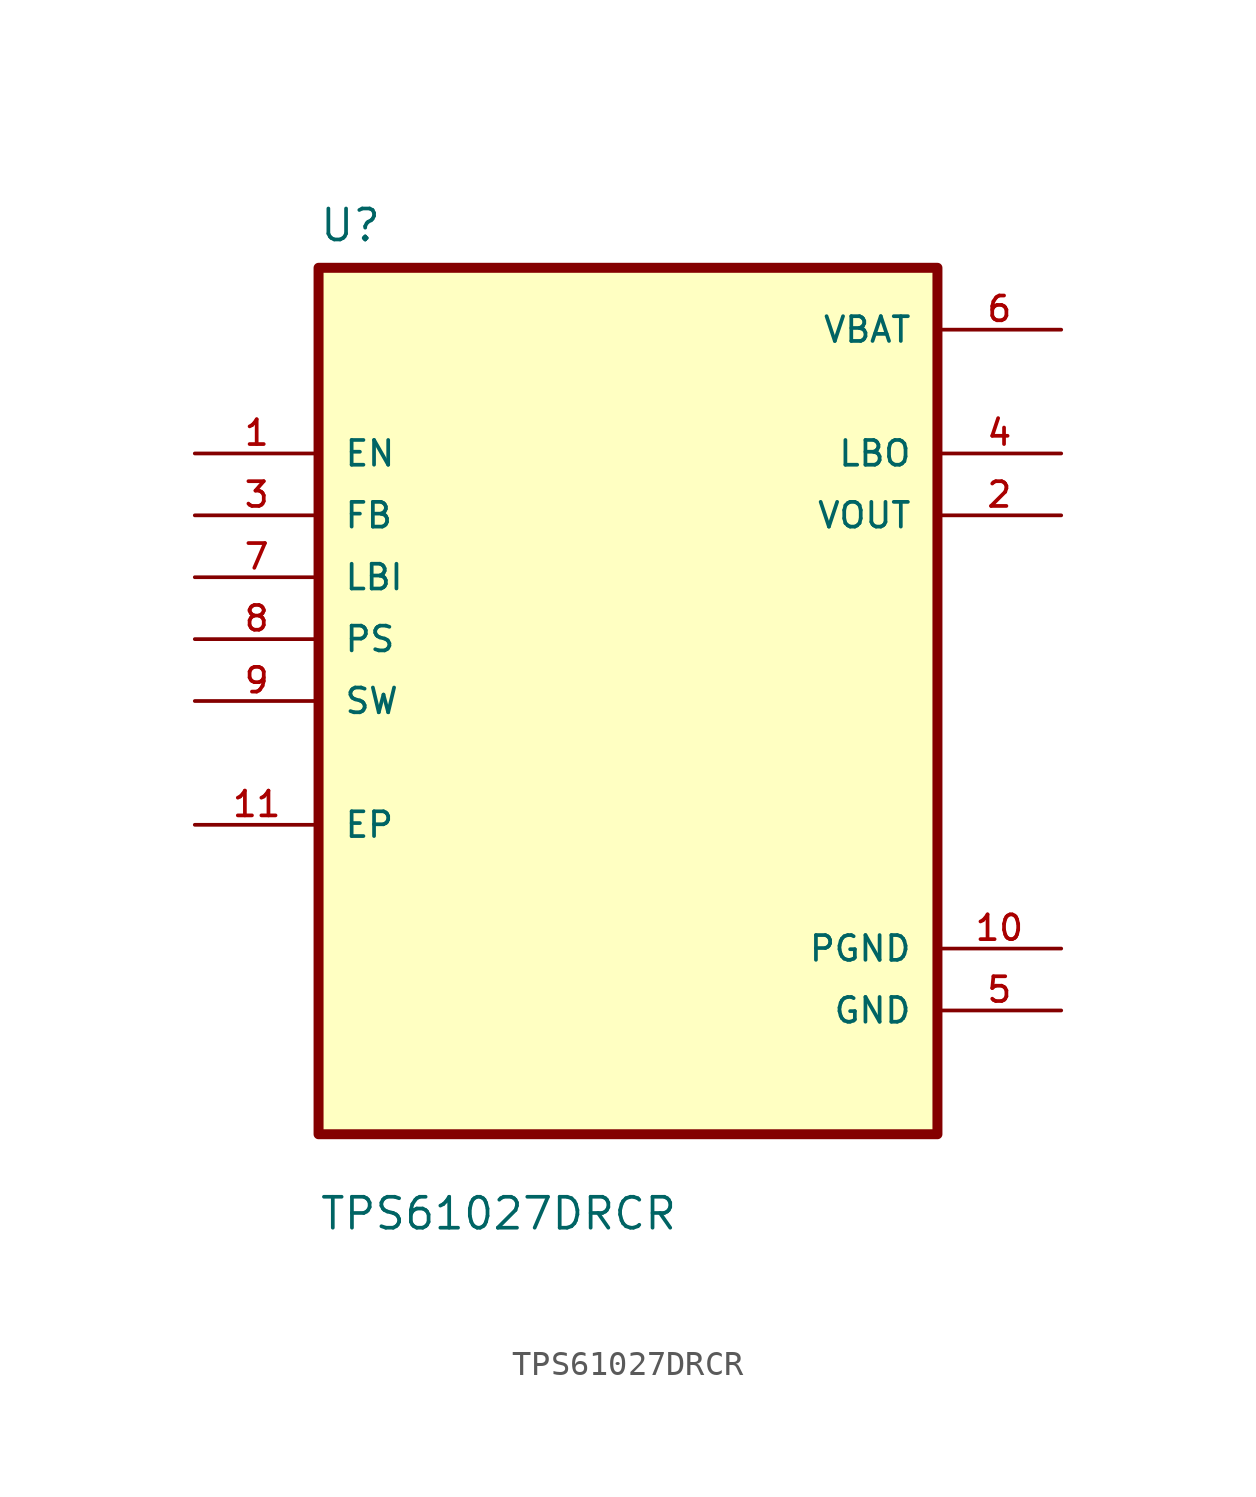
<source format=kicad_sym>
(kicad_symbol_lib
  (version 20211014)
  (generator kicad_symbol_editor)
  (symbol "TPS61027DRCR"
    (pin_names
      (offset 1.016))
    (property "Reference" "U"
      (at -12.7 18.78 0.0)
      (effects (font (size 1.27 1.27)) (justify bottom left)))
    (property "Value" "TPS61027DRCR"
      (at -12.7 -21.78 0.0)
      (effects (font (size 1.27 1.27)) (justify bottom left)))
    (symbol "TPS61027DRCR_0_0"
      (rectangle (start -12.7 -17.78) (end 12.7 17.78) (stroke (width 0.41)) (fill (type background)))
      (pin input line (at -17.78 10.16 0) (length 5.08) (name "EN" (effects (font (size 1.016 1.016)))) (number "1" (effects (font (size 1.016 1.016)))))
      (pin input line (at -17.78 7.62 0) (length 5.08) (name "FB" (effects (font (size 1.016 1.016)))) (number "3" (effects (font (size 1.016 1.016)))))
      (pin input line (at -17.78 5.08 0) (length 5.08) (name "LBI" (effects (font (size 1.016 1.016)))) (number "7" (effects (font (size 1.016 1.016)))))
      (pin input line (at -17.78 2.54 0) (length 5.08) (name "PS" (effects (font (size 1.016 1.016)))) (number "8" (effects (font (size 1.016 1.016)))))
      (pin input line (at -17.78 0.0 0) (length 5.08) (name "SW" (effects (font (size 1.016 1.016)))) (number "9" (effects (font (size 1.016 1.016)))))
      (pin bidirectional line (at -17.78 -5.08 0) (length 5.08) (name "EP" (effects (font (size 1.016 1.016)))) (number "11" (effects (font (size 1.016 1.016)))))
      (pin power_in line (at 17.78 15.24 180.0) (length 5.08) (name "VBAT" (effects (font (size 1.016 1.016)))) (number "6" (effects (font (size 1.016 1.016)))))
      (pin output line (at 17.78 10.16 180.0) (length 5.08) (name "LBO" (effects (font (size 1.016 1.016)))) (number "4" (effects (font (size 1.016 1.016)))))
      (pin output line (at 17.78 7.62 180.0) (length 5.08) (name "VOUT" (effects (font (size 1.016 1.016)))) (number "2" (effects (font (size 1.016 1.016)))))
      (pin power_in line (at 17.78 -10.16 180.0) (length 5.08) (name "PGND" (effects (font (size 1.016 1.016)))) (number "10" (effects (font (size 1.016 1.016)))))
      (pin power_in line (at 17.78 -12.7 180.0) (length 5.08) (name "GND" (effects (font (size 1.016 1.016)))) (number "5" (effects (font (size 1.016 1.016))))))))
</source>
